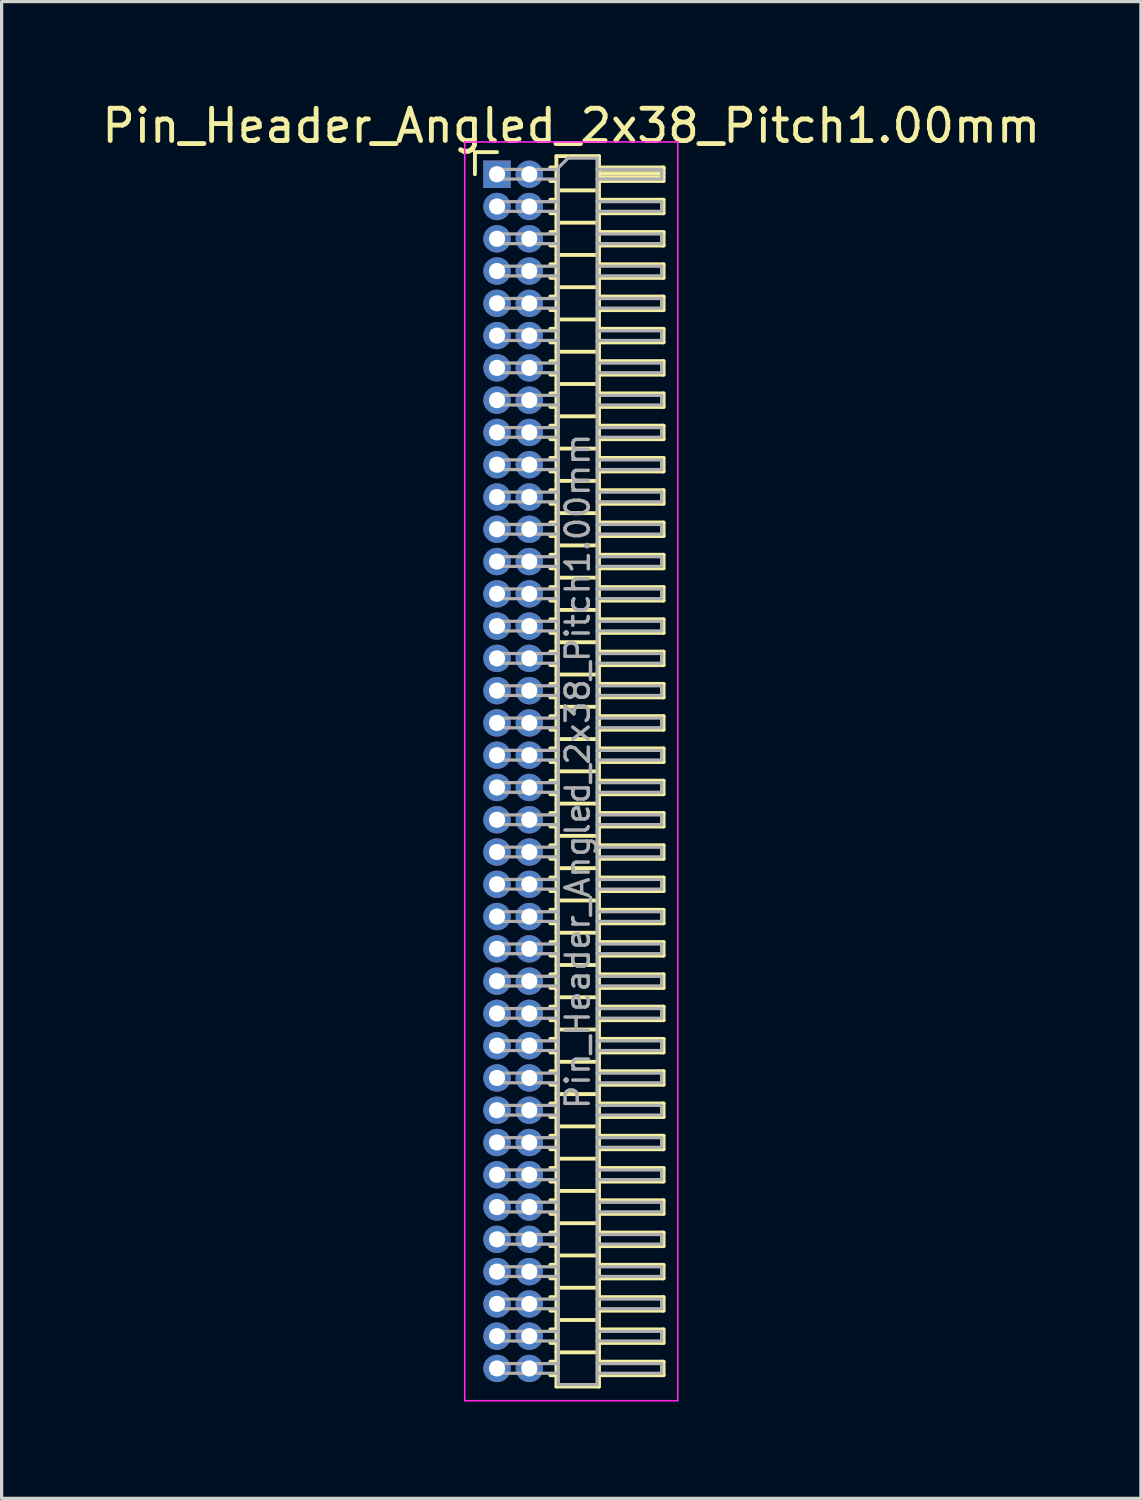
<source format=kicad_pcb>
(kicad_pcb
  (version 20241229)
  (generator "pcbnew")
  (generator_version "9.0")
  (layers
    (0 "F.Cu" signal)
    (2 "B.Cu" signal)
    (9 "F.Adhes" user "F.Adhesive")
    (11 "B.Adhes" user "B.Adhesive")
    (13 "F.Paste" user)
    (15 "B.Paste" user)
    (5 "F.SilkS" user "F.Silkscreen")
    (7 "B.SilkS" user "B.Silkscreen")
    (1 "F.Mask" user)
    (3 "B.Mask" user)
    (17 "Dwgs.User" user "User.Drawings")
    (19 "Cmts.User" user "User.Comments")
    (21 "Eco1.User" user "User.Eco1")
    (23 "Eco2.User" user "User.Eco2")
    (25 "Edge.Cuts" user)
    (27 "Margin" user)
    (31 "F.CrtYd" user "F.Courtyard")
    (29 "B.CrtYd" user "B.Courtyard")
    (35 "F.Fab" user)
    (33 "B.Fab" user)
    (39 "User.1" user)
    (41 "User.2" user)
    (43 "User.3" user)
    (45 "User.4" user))
  (footprint "Pin_Header_Angled_2x38_Pitch1.00mm"
    (layer "F.Cu")
    (at 12.349 2.348)
    (property "Reference" "Pin_Header_Angled_2x38_Pitch1.00mm" (at 2.3 -1.5 0) (layer "F.SilkS") (effects (font (size 1 1) (thickness 0.15))))
    (attr through_hole)
    (fp_line (start -0.685 -0.685) (end 0 -0.685) (stroke (width 0.12) (type solid)) (layer "F.SilkS"))
    (fp_line (start -0.685 0) (end -0.685 -0.685) (stroke (width 0.12) (type solid)) (layer "F.SilkS"))
    (fp_line (start 1.652 -0.21) (end 1.84 -0.21) (stroke (width 0.12) (type solid)) (layer "F.SilkS"))
    (fp_line (start 1.652 0.21) (end 1.84 0.21) (stroke (width 0.12) (type solid)) (layer "F.SilkS"))
    (fp_line (start 1.652 0.79) (end 1.84 0.79) (stroke (width 0.12) (type solid)) (layer "F.SilkS"))
    (fp_line (start 1.652 1.21) (end 1.84 1.21) (stroke (width 0.12) (type solid)) (layer "F.SilkS"))
    (fp_line (start 1.652 1.79) (end 1.84 1.79) (stroke (width 0.12) (type solid)) (layer "F.SilkS"))
    (fp_line (start 1.652 2.21) (end 1.84 2.21) (stroke (width 0.12) (type solid)) (layer "F.SilkS"))
    (fp_line (start 1.652 2.79) (end 1.84 2.79) (stroke (width 0.12) (type solid)) (layer "F.SilkS"))
    (fp_line (start 1.652 3.21) (end 1.84 3.21) (stroke (width 0.12) (type solid)) (layer "F.SilkS"))
    (fp_line (start 1.652 3.79) (end 1.84 3.79) (stroke (width 0.12) (type solid)) (layer "F.SilkS"))
    (fp_line (start 1.652 4.21) (end 1.84 4.21) (stroke (width 0.12) (type solid)) (layer "F.SilkS"))
    (fp_line (start 1.652 4.79) (end 1.84 4.79) (stroke (width 0.12) (type solid)) (layer "F.SilkS"))
    (fp_line (start 1.652 5.21) (end 1.84 5.21) (stroke (width 0.12) (type solid)) (layer "F.SilkS"))
    (fp_line (start 1.652 5.79) (end 1.84 5.79) (stroke (width 0.12) (type solid)) (layer "F.SilkS"))
    (fp_line (start 1.652 6.21) (end 1.84 6.21) (stroke (width 0.12) (type solid)) (layer "F.SilkS"))
    (fp_line (start 1.652 6.79) (end 1.84 6.79) (stroke (width 0.12) (type solid)) (layer "F.SilkS"))
    (fp_line (start 1.652 7.21) (end 1.84 7.21) (stroke (width 0.12) (type solid)) (layer "F.SilkS"))
    (fp_line (start 1.652 7.79) (end 1.84 7.79) (stroke (width 0.12) (type solid)) (layer "F.SilkS"))
    (fp_line (start 1.652 8.21) (end 1.84 8.21) (stroke (width 0.12) (type solid)) (layer "F.SilkS"))
    (fp_line (start 1.652 8.79) (end 1.84 8.79) (stroke (width 0.12) (type solid)) (layer "F.SilkS"))
    (fp_line (start 1.652 9.21) (end 1.84 9.21) (stroke (width 0.12) (type solid)) (layer "F.SilkS"))
    (fp_line (start 1.652 9.79) (end 1.84 9.79) (stroke (width 0.12) (type solid)) (layer "F.SilkS"))
    (fp_line (start 1.652 10.21) (end 1.84 10.21) (stroke (width 0.12) (type solid)) (layer "F.SilkS"))
    (fp_line (start 1.652 10.79) (end 1.84 10.79) (stroke (width 0.12) (type solid)) (layer "F.SilkS"))
    (fp_line (start 1.652 11.21) (end 1.84 11.21) (stroke (width 0.12) (type solid)) (layer "F.SilkS"))
    (fp_line (start 1.652 11.79) (end 1.84 11.79) (stroke (width 0.12) (type solid)) (layer "F.SilkS"))
    (fp_line (start 1.652 12.21) (end 1.84 12.21) (stroke (width 0.12) (type solid)) (layer "F.SilkS"))
    (fp_line (start 1.652 12.79) (end 1.84 12.79) (stroke (width 0.12) (type solid)) (layer "F.SilkS"))
    (fp_line (start 1.652 13.21) (end 1.84 13.21) (stroke (width 0.12) (type solid)) (layer "F.SilkS"))
    (fp_line (start 1.652 13.79) (end 1.84 13.79) (stroke (width 0.12) (type solid)) (layer "F.SilkS"))
    (fp_line (start 1.652 14.21) (end 1.84 14.21) (stroke (width 0.12) (type solid)) (layer "F.SilkS"))
    (fp_line (start 1.652 14.79) (end 1.84 14.79) (stroke (width 0.12) (type solid)) (layer "F.SilkS"))
    (fp_line (start 1.652 15.21) (end 1.84 15.21) (stroke (width 0.12) (type solid)) (layer "F.SilkS"))
    (fp_line (start 1.652 15.79) (end 1.84 15.79) (stroke (width 0.12) (type solid)) (layer "F.SilkS"))
    (fp_line (start 1.652 16.21) (end 1.84 16.21) (stroke (width 0.12) (type solid)) (layer "F.SilkS"))
    (fp_line (start 1.652 16.79) (end 1.84 16.79) (stroke (width 0.12) (type solid)) (layer "F.SilkS"))
    (fp_line (start 1.652 17.21) (end 1.84 17.21) (stroke (width 0.12) (type solid)) (layer "F.SilkS"))
    (fp_line (start 1.652 17.79) (end 1.84 17.79) (stroke (width 0.12) (type solid)) (layer "F.SilkS"))
    (fp_line (start 1.652 18.21) (end 1.84 18.21) (stroke (width 0.12) (type solid)) (layer "F.SilkS"))
    (fp_line (start 1.652 18.79) (end 1.84 18.79) (stroke (width 0.12) (type solid)) (layer "F.SilkS"))
    (fp_line (start 1.652 19.21) (end 1.84 19.21) (stroke (width 0.12) (type solid)) (layer "F.SilkS"))
    (fp_line (start 1.652 19.79) (end 1.84 19.79) (stroke (width 0.12) (type solid)) (layer "F.SilkS"))
    (fp_line (start 1.652 20.21) (end 1.84 20.21) (stroke (width 0.12) (type solid)) (layer "F.SilkS"))
    (fp_line (start 1.652 20.79) (end 1.84 20.79) (stroke (width 0.12) (type solid)) (layer "F.SilkS"))
    (fp_line (start 1.652 21.21) (end 1.84 21.21) (stroke (width 0.12) (type solid)) (layer "F.SilkS"))
    (fp_line (start 1.652 21.79) (end 1.84 21.79) (stroke (width 0.12) (type solid)) (layer "F.SilkS"))
    (fp_line (start 1.652 22.21) (end 1.84 22.21) (stroke (width 0.12) (type solid)) (layer "F.SilkS"))
    (fp_line (start 1.652 22.79) (end 1.84 22.79) (stroke (width 0.12) (type solid)) (layer "F.SilkS"))
    (fp_line (start 1.652 23.21) (end 1.84 23.21) (stroke (width 0.12) (type solid)) (layer "F.SilkS"))
    (fp_line (start 1.652 23.79) (end 1.84 23.79) (stroke (width 0.12) (type solid)) (layer "F.SilkS"))
    (fp_line (start 1.652 24.21) (end 1.84 24.21) (stroke (width 0.12) (type solid)) (layer "F.SilkS"))
    (fp_line (start 1.652 24.79) (end 1.84 24.79) (stroke (width 0.12) (type solid)) (layer "F.SilkS"))
    (fp_line (start 1.652 25.21) (end 1.84 25.21) (stroke (width 0.12) (type solid)) (layer "F.SilkS"))
    (fp_line (start 1.652 25.79) (end 1.84 25.79) (stroke (width 0.12) (type solid)) (layer "F.SilkS"))
    (fp_line (start 1.652 26.21) (end 1.84 26.21) (stroke (width 0.12) (type solid)) (layer "F.SilkS"))
    (fp_line (start 1.652 26.79) (end 1.84 26.79) (stroke (width 0.12) (type solid)) (layer "F.SilkS"))
    (fp_line (start 1.652 27.21) (end 1.84 27.21) (stroke (width 0.12) (type solid)) (layer "F.SilkS"))
    (fp_line (start 1.652 27.79) (end 1.84 27.79) (stroke (width 0.12) (type solid)) (layer "F.SilkS"))
    (fp_line (start 1.652 28.21) (end 1.84 28.21) (stroke (width 0.12) (type solid)) (layer "F.SilkS"))
    (fp_line (start 1.652 28.79) (end 1.84 28.79) (stroke (width 0.12) (type solid)) (layer "F.SilkS"))
    (fp_line (start 1.652 29.21) (end 1.84 29.21) (stroke (width 0.12) (type solid)) (layer "F.SilkS"))
    (fp_line (start 1.652 29.79) (end 1.84 29.79) (stroke (width 0.12) (type solid)) (layer "F.SilkS"))
    (fp_line (start 1.652 30.21) (end 1.84 30.21) (stroke (width 0.12) (type solid)) (layer "F.SilkS"))
    (fp_line (start 1.652 30.79) (end 1.84 30.79) (stroke (width 0.12) (type solid)) (layer "F.SilkS"))
    (fp_line (start 1.652 31.21) (end 1.84 31.21) (stroke (width 0.12) (type solid)) (layer "F.SilkS"))
    (fp_line (start 1.652 31.79) (end 1.84 31.79) (stroke (width 0.12) (type solid)) (layer "F.SilkS"))
    (fp_line (start 1.652 32.21) (end 1.84 32.21) (stroke (width 0.12) (type solid)) (layer "F.SilkS"))
    (fp_line (start 1.652 32.79) (end 1.84 32.79) (stroke (width 0.12) (type solid)) (layer "F.SilkS"))
    (fp_line (start 1.652 33.21) (end 1.84 33.21) (stroke (width 0.12) (type solid)) (layer "F.SilkS"))
    (fp_line (start 1.652 33.79) (end 1.84 33.79) (stroke (width 0.12) (type solid)) (layer "F.SilkS"))
    (fp_line (start 1.652 34.21) (end 1.84 34.21) (stroke (width 0.12) (type solid)) (layer "F.SilkS"))
    (fp_line (start 1.652 34.79) (end 1.84 34.79) (stroke (width 0.12) (type solid)) (layer "F.SilkS"))
    (fp_line (start 1.652 35.21) (end 1.84 35.21) (stroke (width 0.12) (type solid)) (layer "F.SilkS"))
    (fp_line (start 1.652 35.79) (end 1.84 35.79) (stroke (width 0.12) (type solid)) (layer "F.SilkS"))
    (fp_line (start 1.652 36.21) (end 1.84 36.21) (stroke (width 0.12) (type solid)) (layer "F.SilkS"))
    (fp_line (start 1.652 36.79) (end 1.84 36.79) (stroke (width 0.12) (type solid)) (layer "F.SilkS"))
    (fp_line (start 1.652 37.21) (end 1.84 37.21) (stroke (width 0.12) (type solid)) (layer "F.SilkS"))
    (fp_line (start 1.84 -0.56) (end 1.84 37.56) (stroke (width 0.12) (type solid)) (layer "F.SilkS"))
    (fp_line (start 1.84 0.5) (end 3.16 0.5) (stroke (width 0.12) (type solid)) (layer "F.SilkS"))
    (fp_line (start 1.84 1.5) (end 3.16 1.5) (stroke (width 0.12) (type solid)) (layer "F.SilkS"))
    (fp_line (start 1.84 2.5) (end 3.16 2.5) (stroke (width 0.12) (type solid)) (layer "F.SilkS"))
    (fp_line (start 1.84 3.5) (end 3.16 3.5) (stroke (width 0.12) (type solid)) (layer "F.SilkS"))
    (fp_line (start 1.84 4.5) (end 3.16 4.5) (stroke (width 0.12) (type solid)) (layer "F.SilkS"))
    (fp_line (start 1.84 5.5) (end 3.16 5.5) (stroke (width 0.12) (type solid)) (layer "F.SilkS"))
    (fp_line (start 1.84 6.5) (end 3.16 6.5) (stroke (width 0.12) (type solid)) (layer "F.SilkS"))
    (fp_line (start 1.84 7.5) (end 3.16 7.5) (stroke (width 0.12) (type solid)) (layer "F.SilkS"))
    (fp_line (start 1.84 8.5) (end 3.16 8.5) (stroke (width 0.12) (type solid)) (layer "F.SilkS"))
    (fp_line (start 1.84 9.5) (end 3.16 9.5) (stroke (width 0.12) (type solid)) (layer "F.SilkS"))
    (fp_line (start 1.84 10.5) (end 3.16 10.5) (stroke (width 0.12) (type solid)) (layer "F.SilkS"))
    (fp_line (start 1.84 11.5) (end 3.16 11.5) (stroke (width 0.12) (type solid)) (layer "F.SilkS"))
    (fp_line (start 1.84 12.5) (end 3.16 12.5) (stroke (width 0.12) (type solid)) (layer "F.SilkS"))
    (fp_line (start 1.84 13.5) (end 3.16 13.5) (stroke (width 0.12) (type solid)) (layer "F.SilkS"))
    (fp_line (start 1.84 14.5) (end 3.16 14.5) (stroke (width 0.12) (type solid)) (layer "F.SilkS"))
    (fp_line (start 1.84 15.5) (end 3.16 15.5) (stroke (width 0.12) (type solid)) (layer "F.SilkS"))
    (fp_line (start 1.84 16.5) (end 3.16 16.5) (stroke (width 0.12) (type solid)) (layer "F.SilkS"))
    (fp_line (start 1.84 17.5) (end 3.16 17.5) (stroke (width 0.12) (type solid)) (layer "F.SilkS"))
    (fp_line (start 1.84 18.5) (end 3.16 18.5) (stroke (width 0.12) (type solid)) (layer "F.SilkS"))
    (fp_line (start 1.84 19.5) (end 3.16 19.5) (stroke (width 0.12) (type solid)) (layer "F.SilkS"))
    (fp_line (start 1.84 20.5) (end 3.16 20.5) (stroke (width 0.12) (type solid)) (layer "F.SilkS"))
    (fp_line (start 1.84 21.5) (end 3.16 21.5) (stroke (width 0.12) (type solid)) (layer "F.SilkS"))
    (fp_line (start 1.84 22.5) (end 3.16 22.5) (stroke (width 0.12) (type solid)) (layer "F.SilkS"))
    (fp_line (start 1.84 23.5) (end 3.16 23.5) (stroke (width 0.12) (type solid)) (layer "F.SilkS"))
    (fp_line (start 1.84 24.5) (end 3.16 24.5) (stroke (width 0.12) (type solid)) (layer "F.SilkS"))
    (fp_line (start 1.84 25.5) (end 3.16 25.5) (stroke (width 0.12) (type solid)) (layer "F.SilkS"))
    (fp_line (start 1.84 26.5) (end 3.16 26.5) (stroke (width 0.12) (type solid)) (layer "F.SilkS"))
    (fp_line (start 1.84 27.5) (end 3.16 27.5) (stroke (width 0.12) (type solid)) (layer "F.SilkS"))
    (fp_line (start 1.84 28.5) (end 3.16 28.5) (stroke (width 0.12) (type solid)) (layer "F.SilkS"))
    (fp_line (start 1.84 29.5) (end 3.16 29.5) (stroke (width 0.12) (type solid)) (layer "F.SilkS"))
    (fp_line (start 1.84 30.5) (end 3.16 30.5) (stroke (width 0.12) (type solid)) (layer "F.SilkS"))
    (fp_line (start 1.84 31.5) (end 3.16 31.5) (stroke (width 0.12) (type solid)) (layer "F.SilkS"))
    (fp_line (start 1.84 32.5) (end 3.16 32.5) (stroke (width 0.12) (type solid)) (layer "F.SilkS"))
    (fp_line (start 1.84 33.5) (end 3.16 33.5) (stroke (width 0.12) (type solid)) (layer "F.SilkS"))
    (fp_line (start 1.84 34.5) (end 3.16 34.5) (stroke (width 0.12) (type solid)) (layer "F.SilkS"))
    (fp_line (start 1.84 35.5) (end 3.16 35.5) (stroke (width 0.12) (type solid)) (layer "F.SilkS"))
    (fp_line (start 1.84 36.5) (end 3.16 36.5) (stroke (width 0.12) (type solid)) (layer "F.SilkS"))
    (fp_line (start 1.84 37.56) (end 3.16 37.56) (stroke (width 0.12) (type solid)) (layer "F.SilkS"))
    (fp_line (start 3.16 -0.56) (end 1.84 -0.56) (stroke (width 0.12) (type solid)) (layer "F.SilkS"))
    (fp_line (start 3.16 -0.21) (end 5.16 -0.21) (stroke (width 0.12) (type solid)) (layer "F.SilkS"))
    (fp_line (start 3.16 -0.15) (end 5.16 -0.15) (stroke (width 0.12) (type solid)) (layer "F.SilkS"))
    (fp_line (start 3.16 -0.03) (end 5.16 -0.03) (stroke (width 0.12) (type solid)) (layer "F.SilkS"))
    (fp_line (start 3.16 0.09) (end 5.16 0.09) (stroke (width 0.12) (type solid)) (layer "F.SilkS"))
    (fp_line (start 3.16 0.79) (end 5.16 0.79) (stroke (width 0.12) (type solid)) (layer "F.SilkS"))
    (fp_line (start 3.16 1.79) (end 5.16 1.79) (stroke (width 0.12) (type solid)) (layer "F.SilkS"))
    (fp_line (start 3.16 2.79) (end 5.16 2.79) (stroke (width 0.12) (type solid)) (layer "F.SilkS"))
    (fp_line (start 3.16 3.79) (end 5.16 3.79) (stroke (width 0.12) (type solid)) (layer "F.SilkS"))
    (fp_line (start 3.16 4.79) (end 5.16 4.79) (stroke (width 0.12) (type solid)) (layer "F.SilkS"))
    (fp_line (start 3.16 5.79) (end 5.16 5.79) (stroke (width 0.12) (type solid)) (layer "F.SilkS"))
    (fp_line (start 3.16 6.79) (end 5.16 6.79) (stroke (width 0.12) (type solid)) (layer "F.SilkS"))
    (fp_line (start 3.16 7.79) (end 5.16 7.79) (stroke (width 0.12) (type solid)) (layer "F.SilkS"))
    (fp_line (start 3.16 8.79) (end 5.16 8.79) (stroke (width 0.12) (type solid)) (layer "F.SilkS"))
    (fp_line (start 3.16 9.79) (end 5.16 9.79) (stroke (width 0.12) (type solid)) (layer "F.SilkS"))
    (fp_line (start 3.16 10.79) (end 5.16 10.79) (stroke (width 0.12) (type solid)) (layer "F.SilkS"))
    (fp_line (start 3.16 11.79) (end 5.16 11.79) (stroke (width 0.12) (type solid)) (layer "F.SilkS"))
    (fp_line (start 3.16 12.79) (end 5.16 12.79) (stroke (width 0.12) (type solid)) (layer "F.SilkS"))
    (fp_line (start 3.16 13.79) (end 5.16 13.79) (stroke (width 0.12) (type solid)) (layer "F.SilkS"))
    (fp_line (start 3.16 14.79) (end 5.16 14.79) (stroke (width 0.12) (type solid)) (layer "F.SilkS"))
    (fp_line (start 3.16 15.79) (end 5.16 15.79) (stroke (width 0.12) (type solid)) (layer "F.SilkS"))
    (fp_line (start 3.16 16.79) (end 5.16 16.79) (stroke (width 0.12) (type solid)) (layer "F.SilkS"))
    (fp_line (start 3.16 17.79) (end 5.16 17.79) (stroke (width 0.12) (type solid)) (layer "F.SilkS"))
    (fp_line (start 3.16 18.79) (end 5.16 18.79) (stroke (width 0.12) (type solid)) (layer "F.SilkS"))
    (fp_line (start 3.16 19.79) (end 5.16 19.79) (stroke (width 0.12) (type solid)) (layer "F.SilkS"))
    (fp_line (start 3.16 20.79) (end 5.16 20.79) (stroke (width 0.12) (type solid)) (layer "F.SilkS"))
    (fp_line (start 3.16 21.79) (end 5.16 21.79) (stroke (width 0.12) (type solid)) (layer "F.SilkS"))
    (fp_line (start 3.16 22.79) (end 5.16 22.79) (stroke (width 0.12) (type solid)) (layer "F.SilkS"))
    (fp_line (start 3.16 23.79) (end 5.16 23.79) (stroke (width 0.12) (type solid)) (layer "F.SilkS"))
    (fp_line (start 3.16 24.79) (end 5.16 24.79) (stroke (width 0.12) (type solid)) (layer "F.SilkS"))
    (fp_line (start 3.16 25.79) (end 5.16 25.79) (stroke (width 0.12) (type solid)) (layer "F.SilkS"))
    (fp_line (start 3.16 26.79) (end 5.16 26.79) (stroke (width 0.12) (type solid)) (layer "F.SilkS"))
    (fp_line (start 3.16 27.79) (end 5.16 27.79) (stroke (width 0.12) (type solid)) (layer "F.SilkS"))
    (fp_line (start 3.16 28.79) (end 5.16 28.79) (stroke (width 0.12) (type solid)) (layer "F.SilkS"))
    (fp_line (start 3.16 29.79) (end 5.16 29.79) (stroke (width 0.12) (type solid)) (layer "F.SilkS"))
    (fp_line (start 3.16 30.79) (end 5.16 30.79) (stroke (width 0.12) (type solid)) (layer "F.SilkS"))
    (fp_line (start 3.16 31.79) (end 5.16 31.79) (stroke (width 0.12) (type solid)) (layer "F.SilkS"))
    (fp_line (start 3.16 32.79) (end 5.16 32.79) (stroke (width 0.12) (type solid)) (layer "F.SilkS"))
    (fp_line (start 3.16 33.79) (end 5.16 33.79) (stroke (width 0.12) (type solid)) (layer "F.SilkS"))
    (fp_line (start 3.16 34.79) (end 5.16 34.79) (stroke (width 0.12) (type solid)) (layer "F.SilkS"))
    (fp_line (start 3.16 35.79) (end 5.16 35.79) (stroke (width 0.12) (type solid)) (layer "F.SilkS"))
    (fp_line (start 3.16 36.79) (end 5.16 36.79) (stroke (width 0.12) (type solid)) (layer "F.SilkS"))
    (fp_line (start 3.16 37.56) (end 3.16 -0.56) (stroke (width 0.12) (type solid)) (layer "F.SilkS"))
    (fp_line (start 5.16 -0.21) (end 5.16 0.21) (stroke (width 0.12) (type solid)) (layer "F.SilkS"))
    (fp_line (start 5.16 0.21) (end 3.16 0.21) (stroke (width 0.12) (type solid)) (layer "F.SilkS"))
    (fp_line (start 5.16 0.79) (end 5.16 1.21) (stroke (width 0.12) (type solid)) (layer "F.SilkS"))
    (fp_line (start 5.16 1.21) (end 3.16 1.21) (stroke (width 0.12) (type solid)) (layer "F.SilkS"))
    (fp_line (start 5.16 1.79) (end 5.16 2.21) (stroke (width 0.12) (type solid)) (layer "F.SilkS"))
    (fp_line (start 5.16 2.21) (end 3.16 2.21) (stroke (width 0.12) (type solid)) (layer "F.SilkS"))
    (fp_line (start 5.16 2.79) (end 5.16 3.21) (stroke (width 0.12) (type solid)) (layer "F.SilkS"))
    (fp_line (start 5.16 3.21) (end 3.16 3.21) (stroke (width 0.12) (type solid)) (layer "F.SilkS"))
    (fp_line (start 5.16 3.79) (end 5.16 4.21) (stroke (width 0.12) (type solid)) (layer "F.SilkS"))
    (fp_line (start 5.16 4.21) (end 3.16 4.21) (stroke (width 0.12) (type solid)) (layer "F.SilkS"))
    (fp_line (start 5.16 4.79) (end 5.16 5.21) (stroke (width 0.12) (type solid)) (layer "F.SilkS"))
    (fp_line (start 5.16 5.21) (end 3.16 5.21) (stroke (width 0.12) (type solid)) (layer "F.SilkS"))
    (fp_line (start 5.16 5.79) (end 5.16 6.21) (stroke (width 0.12) (type solid)) (layer "F.SilkS"))
    (fp_line (start 5.16 6.21) (end 3.16 6.21) (stroke (width 0.12) (type solid)) (layer "F.SilkS"))
    (fp_line (start 5.16 6.79) (end 5.16 7.21) (stroke (width 0.12) (type solid)) (layer "F.SilkS"))
    (fp_line (start 5.16 7.21) (end 3.16 7.21) (stroke (width 0.12) (type solid)) (layer "F.SilkS"))
    (fp_line (start 5.16 7.79) (end 5.16 8.21) (stroke (width 0.12) (type solid)) (layer "F.SilkS"))
    (fp_line (start 5.16 8.21) (end 3.16 8.21) (stroke (width 0.12) (type solid)) (layer "F.SilkS"))
    (fp_line (start 5.16 8.79) (end 5.16 9.21) (stroke (width 0.12) (type solid)) (layer "F.SilkS"))
    (fp_line (start 5.16 9.21) (end 3.16 9.21) (stroke (width 0.12) (type solid)) (layer "F.SilkS"))
    (fp_line (start 5.16 9.79) (end 5.16 10.21) (stroke (width 0.12) (type solid)) (layer "F.SilkS"))
    (fp_line (start 5.16 10.21) (end 3.16 10.21) (stroke (width 0.12) (type solid)) (layer "F.SilkS"))
    (fp_line (start 5.16 10.79) (end 5.16 11.21) (stroke (width 0.12) (type solid)) (layer "F.SilkS"))
    (fp_line (start 5.16 11.21) (end 3.16 11.21) (stroke (width 0.12) (type solid)) (layer "F.SilkS"))
    (fp_line (start 5.16 11.79) (end 5.16 12.21) (stroke (width 0.12) (type solid)) (layer "F.SilkS"))
    (fp_line (start 5.16 12.21) (end 3.16 12.21) (stroke (width 0.12) (type solid)) (layer "F.SilkS"))
    (fp_line (start 5.16 12.79) (end 5.16 13.21) (stroke (width 0.12) (type solid)) (layer "F.SilkS"))
    (fp_line (start 5.16 13.21) (end 3.16 13.21) (stroke (width 0.12) (type solid)) (layer "F.SilkS"))
    (fp_line (start 5.16 13.79) (end 5.16 14.21) (stroke (width 0.12) (type solid)) (layer "F.SilkS"))
    (fp_line (start 5.16 14.21) (end 3.16 14.21) (stroke (width 0.12) (type solid)) (layer "F.SilkS"))
    (fp_line (start 5.16 14.79) (end 5.16 15.21) (stroke (width 0.12) (type solid)) (layer "F.SilkS"))
    (fp_line (start 5.16 15.21) (end 3.16 15.21) (stroke (width 0.12) (type solid)) (layer "F.SilkS"))
    (fp_line (start 5.16 15.79) (end 5.16 16.21) (stroke (width 0.12) (type solid)) (layer "F.SilkS"))
    (fp_line (start 5.16 16.21) (end 3.16 16.21) (stroke (width 0.12) (type solid)) (layer "F.SilkS"))
    (fp_line (start 5.16 16.79) (end 5.16 17.21) (stroke (width 0.12) (type solid)) (layer "F.SilkS"))
    (fp_line (start 5.16 17.21) (end 3.16 17.21) (stroke (width 0.12) (type solid)) (layer "F.SilkS"))
    (fp_line (start 5.16 17.79) (end 5.16 18.21) (stroke (width 0.12) (type solid)) (layer "F.SilkS"))
    (fp_line (start 5.16 18.21) (end 3.16 18.21) (stroke (width 0.12) (type solid)) (layer "F.SilkS"))
    (fp_line (start 5.16 18.79) (end 5.16 19.21) (stroke (width 0.12) (type solid)) (layer "F.SilkS"))
    (fp_line (start 5.16 19.21) (end 3.16 19.21) (stroke (width 0.12) (type solid)) (layer "F.SilkS"))
    (fp_line (start 5.16 19.79) (end 5.16 20.21) (stroke (width 0.12) (type solid)) (layer "F.SilkS"))
    (fp_line (start 5.16 20.21) (end 3.16 20.21) (stroke (width 0.12) (type solid)) (layer "F.SilkS"))
    (fp_line (start 5.16 20.79) (end 5.16 21.21) (stroke (width 0.12) (type solid)) (layer "F.SilkS"))
    (fp_line (start 5.16 21.21) (end 3.16 21.21) (stroke (width 0.12) (type solid)) (layer "F.SilkS"))
    (fp_line (start 5.16 21.79) (end 5.16 22.21) (stroke (width 0.12) (type solid)) (layer "F.SilkS"))
    (fp_line (start 5.16 22.21) (end 3.16 22.21) (stroke (width 0.12) (type solid)) (layer "F.SilkS"))
    (fp_line (start 5.16 22.79) (end 5.16 23.21) (stroke (width 0.12) (type solid)) (layer "F.SilkS"))
    (fp_line (start 5.16 23.21) (end 3.16 23.21) (stroke (width 0.12) (type solid)) (layer "F.SilkS"))
    (fp_line (start 5.16 23.79) (end 5.16 24.21) (stroke (width 0.12) (type solid)) (layer "F.SilkS"))
    (fp_line (start 5.16 24.21) (end 3.16 24.21) (stroke (width 0.12) (type solid)) (layer "F.SilkS"))
    (fp_line (start 5.16 24.79) (end 5.16 25.21) (stroke (width 0.12) (type solid)) (layer "F.SilkS"))
    (fp_line (start 5.16 25.21) (end 3.16 25.21) (stroke (width 0.12) (type solid)) (layer "F.SilkS"))
    (fp_line (start 5.16 25.79) (end 5.16 26.21) (stroke (width 0.12) (type solid)) (layer "F.SilkS"))
    (fp_line (start 5.16 26.21) (end 3.16 26.21) (stroke (width 0.12) (type solid)) (layer "F.SilkS"))
    (fp_line (start 5.16 26.79) (end 5.16 27.21) (stroke (width 0.12) (type solid)) (layer "F.SilkS"))
    (fp_line (start 5.16 27.21) (end 3.16 27.21) (stroke (width 0.12) (type solid)) (layer "F.SilkS"))
    (fp_line (start 5.16 27.79) (end 5.16 28.21) (stroke (width 0.12) (type solid)) (layer "F.SilkS"))
    (fp_line (start 5.16 28.21) (end 3.16 28.21) (stroke (width 0.12) (type solid)) (layer "F.SilkS"))
    (fp_line (start 5.16 28.79) (end 5.16 29.21) (stroke (width 0.12) (type solid)) (layer "F.SilkS"))
    (fp_line (start 5.16 29.21) (end 3.16 29.21) (stroke (width 0.12) (type solid)) (layer "F.SilkS"))
    (fp_line (start 5.16 29.79) (end 5.16 30.21) (stroke (width 0.12) (type solid)) (layer "F.SilkS"))
    (fp_line (start 5.16 30.21) (end 3.16 30.21) (stroke (width 0.12) (type solid)) (layer "F.SilkS"))
    (fp_line (start 5.16 30.79) (end 5.16 31.21) (stroke (width 0.12) (type solid)) (layer "F.SilkS"))
    (fp_line (start 5.16 31.21) (end 3.16 31.21) (stroke (width 0.12) (type solid)) (layer "F.SilkS"))
    (fp_line (start 5.16 31.79) (end 5.16 32.21) (stroke (width 0.12) (type solid)) (layer "F.SilkS"))
    (fp_line (start 5.16 32.21) (end 3.16 32.21) (stroke (width 0.12) (type solid)) (layer "F.SilkS"))
    (fp_line (start 5.16 32.79) (end 5.16 33.21) (stroke (width 0.12) (type solid)) (layer "F.SilkS"))
    (fp_line (start 5.16 33.21) (end 3.16 33.21) (stroke (width 0.12) (type solid)) (layer "F.SilkS"))
    (fp_line (start 5.16 33.79) (end 5.16 34.21) (stroke (width 0.12) (type solid)) (layer "F.SilkS"))
    (fp_line (start 5.16 34.21) (end 3.16 34.21) (stroke (width 0.12) (type solid)) (layer "F.SilkS"))
    (fp_line (start 5.16 34.79) (end 5.16 35.21) (stroke (width 0.12) (type solid)) (layer "F.SilkS"))
    (fp_line (start 5.16 35.21) (end 3.16 35.21) (stroke (width 0.12) (type solid)) (layer "F.SilkS"))
    (fp_line (start 5.16 35.79) (end 5.16 36.21) (stroke (width 0.12) (type solid)) (layer "F.SilkS"))
    (fp_line (start 5.16 36.21) (end 3.16 36.21) (stroke (width 0.12) (type solid)) (layer "F.SilkS"))
    (fp_line (start 5.16 36.79) (end 5.16 37.21) (stroke (width 0.12) (type solid)) (layer "F.SilkS"))
    (fp_line (start 5.16 37.21) (end 3.16 37.21) (stroke (width 0.12) (type solid)) (layer "F.SilkS"))
    (fp_line (start -1 -1) (end -1 38) (stroke (width 0.05) (type solid)) (layer "F.CrtYd"))
    (fp_line (start -1 38) (end 5.6 38) (stroke (width 0.05) (type solid)) (layer "F.CrtYd"))
    (fp_line (start 5.6 -1) (end -1 -1) (stroke (width 0.05) (type solid)) (layer "F.CrtYd"))
    (fp_line (start 5.6 38) (end 5.6 -1) (stroke (width 0.05) (type solid)) (layer "F.CrtYd"))
    (fp_line (start -0.15 -0.15) (end -0.15 0.15) (stroke (width 0.1) (type solid)) (layer "F.Fab"))
    (fp_line (start -0.15 -0.15) (end 1.9 -0.15) (stroke (width 0.1) (type solid)) (layer "F.Fab"))
    (fp_line (start -0.15 0.15) (end 1.9 0.15) (stroke (width 0.1) (type solid)) (layer "F.Fab"))
    (fp_line (start -0.15 0.85) (end -0.15 1.15) (stroke (width 0.1) (type solid)) (layer "F.Fab"))
    (fp_line (start -0.15 0.85) (end 1.9 0.85) (stroke (width 0.1) (type solid)) (layer "F.Fab"))
    (fp_line (start -0.15 1.15) (end 1.9 1.15) (stroke (width 0.1) (type solid)) (layer "F.Fab"))
    (fp_line (start -0.15 1.85) (end -0.15 2.15) (stroke (width 0.1) (type solid)) (layer "F.Fab"))
    (fp_line (start -0.15 1.85) (end 1.9 1.85) (stroke (width 0.1) (type solid)) (layer "F.Fab"))
    (fp_line (start -0.15 2.15) (end 1.9 2.15) (stroke (width 0.1) (type solid)) (layer "F.Fab"))
    (fp_line (start -0.15 2.85) (end -0.15 3.15) (stroke (width 0.1) (type solid)) (layer "F.Fab"))
    (fp_line (start -0.15 2.85) (end 1.9 2.85) (stroke (width 0.1) (type solid)) (layer "F.Fab"))
    (fp_line (start -0.15 3.15) (end 1.9 3.15) (stroke (width 0.1) (type solid)) (layer "F.Fab"))
    (fp_line (start -0.15 3.85) (end -0.15 4.15) (stroke (width 0.1) (type solid)) (layer "F.Fab"))
    (fp_line (start -0.15 3.85) (end 1.9 3.85) (stroke (width 0.1) (type solid)) (layer "F.Fab"))
    (fp_line (start -0.15 4.15) (end 1.9 4.15) (stroke (width 0.1) (type solid)) (layer "F.Fab"))
    (fp_line (start -0.15 4.85) (end -0.15 5.15) (stroke (width 0.1) (type solid)) (layer "F.Fab"))
    (fp_line (start -0.15 4.85) (end 1.9 4.85) (stroke (width 0.1) (type solid)) (layer "F.Fab"))
    (fp_line (start -0.15 5.15) (end 1.9 5.15) (stroke (width 0.1) (type solid)) (layer "F.Fab"))
    (fp_line (start -0.15 5.85) (end -0.15 6.15) (stroke (width 0.1) (type solid)) (layer "F.Fab"))
    (fp_line (start -0.15 5.85) (end 1.9 5.85) (stroke (width 0.1) (type solid)) (layer "F.Fab"))
    (fp_line (start -0.15 6.15) (end 1.9 6.15) (stroke (width 0.1) (type solid)) (layer "F.Fab"))
    (fp_line (start -0.15 6.85) (end -0.15 7.15) (stroke (width 0.1) (type solid)) (layer "F.Fab"))
    (fp_line (start -0.15 6.85) (end 1.9 6.85) (stroke (width 0.1) (type solid)) (layer "F.Fab"))
    (fp_line (start -0.15 7.15) (end 1.9 7.15) (stroke (width 0.1) (type solid)) (layer "F.Fab"))
    (fp_line (start -0.15 7.85) (end -0.15 8.15) (stroke (width 0.1) (type solid)) (layer "F.Fab"))
    (fp_line (start -0.15 7.85) (end 1.9 7.85) (stroke (width 0.1) (type solid)) (layer "F.Fab"))
    (fp_line (start -0.15 8.15) (end 1.9 8.15) (stroke (width 0.1) (type solid)) (layer "F.Fab"))
    (fp_line (start -0.15 8.85) (end -0.15 9.15) (stroke (width 0.1) (type solid)) (layer "F.Fab"))
    (fp_line (start -0.15 8.85) (end 1.9 8.85) (stroke (width 0.1) (type solid)) (layer "F.Fab"))
    (fp_line (start -0.15 9.15) (end 1.9 9.15) (stroke (width 0.1) (type solid)) (layer "F.Fab"))
    (fp_line (start -0.15 9.85) (end -0.15 10.15) (stroke (width 0.1) (type solid)) (layer "F.Fab"))
    (fp_line (start -0.15 9.85) (end 1.9 9.85) (stroke (width 0.1) (type solid)) (layer "F.Fab"))
    (fp_line (start -0.15 10.15) (end 1.9 10.15) (stroke (width 0.1) (type solid)) (layer "F.Fab"))
    (fp_line (start -0.15 10.85) (end -0.15 11.15) (stroke (width 0.1) (type solid)) (layer "F.Fab"))
    (fp_line (start -0.15 10.85) (end 1.9 10.85) (stroke (width 0.1) (type solid)) (layer "F.Fab"))
    (fp_line (start -0.15 11.15) (end 1.9 11.15) (stroke (width 0.1) (type solid)) (layer "F.Fab"))
    (fp_line (start -0.15 11.85) (end -0.15 12.15) (stroke (width 0.1) (type solid)) (layer "F.Fab"))
    (fp_line (start -0.15 11.85) (end 1.9 11.85) (stroke (width 0.1) (type solid)) (layer "F.Fab"))
    (fp_line (start -0.15 12.15) (end 1.9 12.15) (stroke (width 0.1) (type solid)) (layer "F.Fab"))
    (fp_line (start -0.15 12.85) (end -0.15 13.15) (stroke (width 0.1) (type solid)) (layer "F.Fab"))
    (fp_line (start -0.15 12.85) (end 1.9 12.85) (stroke (width 0.1) (type solid)) (layer "F.Fab"))
    (fp_line (start -0.15 13.15) (end 1.9 13.15) (stroke (width 0.1) (type solid)) (layer "F.Fab"))
    (fp_line (start -0.15 13.85) (end -0.15 14.15) (stroke (width 0.1) (type solid)) (layer "F.Fab"))
    (fp_line (start -0.15 13.85) (end 1.9 13.85) (stroke (width 0.1) (type solid)) (layer "F.Fab"))
    (fp_line (start -0.15 14.15) (end 1.9 14.15) (stroke (width 0.1) (type solid)) (layer "F.Fab"))
    (fp_line (start -0.15 14.85) (end -0.15 15.15) (stroke (width 0.1) (type solid)) (layer "F.Fab"))
    (fp_line (start -0.15 14.85) (end 1.9 14.85) (stroke (width 0.1) (type solid)) (layer "F.Fab"))
    (fp_line (start -0.15 15.15) (end 1.9 15.15) (stroke (width 0.1) (type solid)) (layer "F.Fab"))
    (fp_line (start -0.15 15.85) (end -0.15 16.15) (stroke (width 0.1) (type solid)) (layer "F.Fab"))
    (fp_line (start -0.15 15.85) (end 1.9 15.85) (stroke (width 0.1) (type solid)) (layer "F.Fab"))
    (fp_line (start -0.15 16.15) (end 1.9 16.15) (stroke (width 0.1) (type solid)) (layer "F.Fab"))
    (fp_line (start -0.15 16.85) (end -0.15 17.15) (stroke (width 0.1) (type solid)) (layer "F.Fab"))
    (fp_line (start -0.15 16.85) (end 1.9 16.85) (stroke (width 0.1) (type solid)) (layer "F.Fab"))
    (fp_line (start -0.15 17.15) (end 1.9 17.15) (stroke (width 0.1) (type solid)) (layer "F.Fab"))
    (fp_line (start -0.15 17.85) (end -0.15 18.15) (stroke (width 0.1) (type solid)) (layer "F.Fab"))
    (fp_line (start -0.15 17.85) (end 1.9 17.85) (stroke (width 0.1) (type solid)) (layer "F.Fab"))
    (fp_line (start -0.15 18.15) (end 1.9 18.15) (stroke (width 0.1) (type solid)) (layer "F.Fab"))
    (fp_line (start -0.15 18.85) (end -0.15 19.15) (stroke (width 0.1) (type solid)) (layer "F.Fab"))
    (fp_line (start -0.15 18.85) (end 1.9 18.85) (stroke (width 0.1) (type solid)) (layer "F.Fab"))
    (fp_line (start -0.15 19.15) (end 1.9 19.15) (stroke (width 0.1) (type solid)) (layer "F.Fab"))
    (fp_line (start -0.15 19.85) (end -0.15 20.15) (stroke (width 0.1) (type solid)) (layer "F.Fab"))
    (fp_line (start -0.15 19.85) (end 1.9 19.85) (stroke (width 0.1) (type solid)) (layer "F.Fab"))
    (fp_line (start -0.15 20.15) (end 1.9 20.15) (stroke (width 0.1) (type solid)) (layer "F.Fab"))
    (fp_line (start -0.15 20.85) (end -0.15 21.15) (stroke (width 0.1) (type solid)) (layer "F.Fab"))
    (fp_line (start -0.15 20.85) (end 1.9 20.85) (stroke (width 0.1) (type solid)) (layer "F.Fab"))
    (fp_line (start -0.15 21.15) (end 1.9 21.15) (stroke (width 0.1) (type solid)) (layer "F.Fab"))
    (fp_line (start -0.15 21.85) (end -0.15 22.15) (stroke (width 0.1) (type solid)) (layer "F.Fab"))
    (fp_line (start -0.15 21.85) (end 1.9 21.85) (stroke (width 0.1) (type solid)) (layer "F.Fab"))
    (fp_line (start -0.15 22.15) (end 1.9 22.15) (stroke (width 0.1) (type solid)) (layer "F.Fab"))
    (fp_line (start -0.15 22.85) (end -0.15 23.15) (stroke (width 0.1) (type solid)) (layer "F.Fab"))
    (fp_line (start -0.15 22.85) (end 1.9 22.85) (stroke (width 0.1) (type solid)) (layer "F.Fab"))
    (fp_line (start -0.15 23.15) (end 1.9 23.15) (stroke (width 0.1) (type solid)) (layer "F.Fab"))
    (fp_line (start -0.15 23.85) (end -0.15 24.15) (stroke (width 0.1) (type solid)) (layer "F.Fab"))
    (fp_line (start -0.15 23.85) (end 1.9 23.85) (stroke (width 0.1) (type solid)) (layer "F.Fab"))
    (fp_line (start -0.15 24.15) (end 1.9 24.15) (stroke (width 0.1) (type solid)) (layer "F.Fab"))
    (fp_line (start -0.15 24.85) (end -0.15 25.15) (stroke (width 0.1) (type solid)) (layer "F.Fab"))
    (fp_line (start -0.15 24.85) (end 1.9 24.85) (stroke (width 0.1) (type solid)) (layer "F.Fab"))
    (fp_line (start -0.15 25.15) (end 1.9 25.15) (stroke (width 0.1) (type solid)) (layer "F.Fab"))
    (fp_line (start -0.15 25.85) (end -0.15 26.15) (stroke (width 0.1) (type solid)) (layer "F.Fab"))
    (fp_line (start -0.15 25.85) (end 1.9 25.85) (stroke (width 0.1) (type solid)) (layer "F.Fab"))
    (fp_line (start -0.15 26.15) (end 1.9 26.15) (stroke (width 0.1) (type solid)) (layer "F.Fab"))
    (fp_line (start -0.15 26.85) (end -0.15 27.15) (stroke (width 0.1) (type solid)) (layer "F.Fab"))
    (fp_line (start -0.15 26.85) (end 1.9 26.85) (stroke (width 0.1) (type solid)) (layer "F.Fab"))
    (fp_line (start -0.15 27.15) (end 1.9 27.15) (stroke (width 0.1) (type solid)) (layer "F.Fab"))
    (fp_line (start -0.15 27.85) (end -0.15 28.15) (stroke (width 0.1) (type solid)) (layer "F.Fab"))
    (fp_line (start -0.15 27.85) (end 1.9 27.85) (stroke (width 0.1) (type solid)) (layer "F.Fab"))
    (fp_line (start -0.15 28.15) (end 1.9 28.15) (stroke (width 0.1) (type solid)) (layer "F.Fab"))
    (fp_line (start -0.15 28.85) (end -0.15 29.15) (stroke (width 0.1) (type solid)) (layer "F.Fab"))
    (fp_line (start -0.15 28.85) (end 1.9 28.85) (stroke (width 0.1) (type solid)) (layer "F.Fab"))
    (fp_line (start -0.15 29.15) (end 1.9 29.15) (stroke (width 0.1) (type solid)) (layer "F.Fab"))
    (fp_line (start -0.15 29.85) (end -0.15 30.15) (stroke (width 0.1) (type solid)) (layer "F.Fab"))
    (fp_line (start -0.15 29.85) (end 1.9 29.85) (stroke (width 0.1) (type solid)) (layer "F.Fab"))
    (fp_line (start -0.15 30.15) (end 1.9 30.15) (stroke (width 0.1) (type solid)) (layer "F.Fab"))
    (fp_line (start -0.15 30.85) (end -0.15 31.15) (stroke (width 0.1) (type solid)) (layer "F.Fab"))
    (fp_line (start -0.15 30.85) (end 1.9 30.85) (stroke (width 0.1) (type solid)) (layer "F.Fab"))
    (fp_line (start -0.15 31.15) (end 1.9 31.15) (stroke (width 0.1) (type solid)) (layer "F.Fab"))
    (fp_line (start -0.15 31.85) (end -0.15 32.15) (stroke (width 0.1) (type solid)) (layer "F.Fab"))
    (fp_line (start -0.15 31.85) (end 1.9 31.85) (stroke (width 0.1) (type solid)) (layer "F.Fab"))
    (fp_line (start -0.15 32.15) (end 1.9 32.15) (stroke (width 0.1) (type solid)) (layer "F.Fab"))
    (fp_line (start -0.15 32.85) (end -0.15 33.15) (stroke (width 0.1) (type solid)) (layer "F.Fab"))
    (fp_line (start -0.15 32.85) (end 1.9 32.85) (stroke (width 0.1) (type solid)) (layer "F.Fab"))
    (fp_line (start -0.15 33.15) (end 1.9 33.15) (stroke (width 0.1) (type solid)) (layer "F.Fab"))
    (fp_line (start -0.15 33.85) (end -0.15 34.15) (stroke (width 0.1) (type solid)) (layer "F.Fab"))
    (fp_line (start -0.15 33.85) (end 1.9 33.85) (stroke (width 0.1) (type solid)) (layer "F.Fab"))
    (fp_line (start -0.15 34.15) (end 1.9 34.15) (stroke (width 0.1) (type solid)) (layer "F.Fab"))
    (fp_line (start -0.15 34.85) (end -0.15 35.15) (stroke (width 0.1) (type solid)) (layer "F.Fab"))
    (fp_line (start -0.15 34.85) (end 1.9 34.85) (stroke (width 0.1) (type solid)) (layer "F.Fab"))
    (fp_line (start -0.15 35.15) (end 1.9 35.15) (stroke (width 0.1) (type solid)) (layer "F.Fab"))
    (fp_line (start -0.15 35.85) (end -0.15 36.15) (stroke (width 0.1) (type solid)) (layer "F.Fab"))
    (fp_line (start -0.15 35.85) (end 1.9 35.85) (stroke (width 0.1) (type solid)) (layer "F.Fab"))
    (fp_line (start -0.15 36.15) (end 1.9 36.15) (stroke (width 0.1) (type solid)) (layer "F.Fab"))
    (fp_line (start -0.15 36.85) (end -0.15 37.15) (stroke (width 0.1) (type solid)) (layer "F.Fab"))
    (fp_line (start -0.15 36.85) (end 1.9 36.85) (stroke (width 0.1) (type solid)) (layer "F.Fab"))
    (fp_line (start -0.15 37.15) (end 1.9 37.15) (stroke (width 0.1) (type solid)) (layer "F.Fab"))
    (fp_line (start 1.9 -0.2) (end 2.2 -0.5) (stroke (width 0.1) (type solid)) (layer "F.Fab"))
    (fp_line (start 1.9 37.5) (end 1.9 -0.2) (stroke (width 0.1) (type solid)) (layer "F.Fab"))
    (fp_line (start 2.2 -0.5) (end 3.1 -0.5) (stroke (width 0.1) (type solid)) (layer "F.Fab"))
    (fp_line (start 3.1 -0.5) (end 3.1 37.5) (stroke (width 0.1) (type solid)) (layer "F.Fab"))
    (fp_line (start 3.1 -0.15) (end 5.1 -0.15) (stroke (width 0.1) (type solid)) (layer "F.Fab"))
    (fp_line (start 3.1 0.15) (end 5.1 0.15) (stroke (width 0.1) (type solid)) (layer "F.Fab"))
    (fp_line (start 3.1 0.85) (end 5.1 0.85) (stroke (width 0.1) (type solid)) (layer "F.Fab"))
    (fp_line (start 3.1 1.15) (end 5.1 1.15) (stroke (width 0.1) (type solid)) (layer "F.Fab"))
    (fp_line (start 3.1 1.85) (end 5.1 1.85) (stroke (width 0.1) (type solid)) (layer "F.Fab"))
    (fp_line (start 3.1 2.15) (end 5.1 2.15) (stroke (width 0.1) (type solid)) (layer "F.Fab"))
    (fp_line (start 3.1 2.85) (end 5.1 2.85) (stroke (width 0.1) (type solid)) (layer "F.Fab"))
    (fp_line (start 3.1 3.15) (end 5.1 3.15) (stroke (width 0.1) (type solid)) (layer "F.Fab"))
    (fp_line (start 3.1 3.85) (end 5.1 3.85) (stroke (width 0.1) (type solid)) (layer "F.Fab"))
    (fp_line (start 3.1 4.15) (end 5.1 4.15) (stroke (width 0.1) (type solid)) (layer "F.Fab"))
    (fp_line (start 3.1 4.85) (end 5.1 4.85) (stroke (width 0.1) (type solid)) (layer "F.Fab"))
    (fp_line (start 3.1 5.15) (end 5.1 5.15) (stroke (width 0.1) (type solid)) (layer "F.Fab"))
    (fp_line (start 3.1 5.85) (end 5.1 5.85) (stroke (width 0.1) (type solid)) (layer "F.Fab"))
    (fp_line (start 3.1 6.15) (end 5.1 6.15) (stroke (width 0.1) (type solid)) (layer "F.Fab"))
    (fp_line (start 3.1 6.85) (end 5.1 6.85) (stroke (width 0.1) (type solid)) (layer "F.Fab"))
    (fp_line (start 3.1 7.15) (end 5.1 7.15) (stroke (width 0.1) (type solid)) (layer "F.Fab"))
    (fp_line (start 3.1 7.85) (end 5.1 7.85) (stroke (width 0.1) (type solid)) (layer "F.Fab"))
    (fp_line (start 3.1 8.15) (end 5.1 8.15) (stroke (width 0.1) (type solid)) (layer "F.Fab"))
    (fp_line (start 3.1 8.85) (end 5.1 8.85) (stroke (width 0.1) (type solid)) (layer "F.Fab"))
    (fp_line (start 3.1 9.15) (end 5.1 9.15) (stroke (width 0.1) (type solid)) (layer "F.Fab"))
    (fp_line (start 3.1 9.85) (end 5.1 9.85) (stroke (width 0.1) (type solid)) (layer "F.Fab"))
    (fp_line (start 3.1 10.15) (end 5.1 10.15) (stroke (width 0.1) (type solid)) (layer "F.Fab"))
    (fp_line (start 3.1 10.85) (end 5.1 10.85) (stroke (width 0.1) (type solid)) (layer "F.Fab"))
    (fp_line (start 3.1 11.15) (end 5.1 11.15) (stroke (width 0.1) (type solid)) (layer "F.Fab"))
    (fp_line (start 3.1 11.85) (end 5.1 11.85) (stroke (width 0.1) (type solid)) (layer "F.Fab"))
    (fp_line (start 3.1 12.15) (end 5.1 12.15) (stroke (width 0.1) (type solid)) (layer "F.Fab"))
    (fp_line (start 3.1 12.85) (end 5.1 12.85) (stroke (width 0.1) (type solid)) (layer "F.Fab"))
    (fp_line (start 3.1 13.15) (end 5.1 13.15) (stroke (width 0.1) (type solid)) (layer "F.Fab"))
    (fp_line (start 3.1 13.85) (end 5.1 13.85) (stroke (width 0.1) (type solid)) (layer "F.Fab"))
    (fp_line (start 3.1 14.15) (end 5.1 14.15) (stroke (width 0.1) (type solid)) (layer "F.Fab"))
    (fp_line (start 3.1 14.85) (end 5.1 14.85) (stroke (width 0.1) (type solid)) (layer "F.Fab"))
    (fp_line (start 3.1 15.15) (end 5.1 15.15) (stroke (width 0.1) (type solid)) (layer "F.Fab"))
    (fp_line (start 3.1 15.85) (end 5.1 15.85) (stroke (width 0.1) (type solid)) (layer "F.Fab"))
    (fp_line (start 3.1 16.15) (end 5.1 16.15) (stroke (width 0.1) (type solid)) (layer "F.Fab"))
    (fp_line (start 3.1 16.85) (end 5.1 16.85) (stroke (width 0.1) (type solid)) (layer "F.Fab"))
    (fp_line (start 3.1 17.15) (end 5.1 17.15) (stroke (width 0.1) (type solid)) (layer "F.Fab"))
    (fp_line (start 3.1 17.85) (end 5.1 17.85) (stroke (width 0.1) (type solid)) (layer "F.Fab"))
    (fp_line (start 3.1 18.15) (end 5.1 18.15) (stroke (width 0.1) (type solid)) (layer "F.Fab"))
    (fp_line (start 3.1 18.85) (end 5.1 18.85) (stroke (width 0.1) (type solid)) (layer "F.Fab"))
    (fp_line (start 3.1 19.15) (end 5.1 19.15) (stroke (width 0.1) (type solid)) (layer "F.Fab"))
    (fp_line (start 3.1 19.85) (end 5.1 19.85) (stroke (width 0.1) (type solid)) (layer "F.Fab"))
    (fp_line (start 3.1 20.15) (end 5.1 20.15) (stroke (width 0.1) (type solid)) (layer "F.Fab"))
    (fp_line (start 3.1 20.85) (end 5.1 20.85) (stroke (width 0.1) (type solid)) (layer "F.Fab"))
    (fp_line (start 3.1 21.15) (end 5.1 21.15) (stroke (width 0.1) (type solid)) (layer "F.Fab"))
    (fp_line (start 3.1 21.85) (end 5.1 21.85) (stroke (width 0.1) (type solid)) (layer "F.Fab"))
    (fp_line (start 3.1 22.15) (end 5.1 22.15) (stroke (width 0.1) (type solid)) (layer "F.Fab"))
    (fp_line (start 3.1 22.85) (end 5.1 22.85) (stroke (width 0.1) (type solid)) (layer "F.Fab"))
    (fp_line (start 3.1 23.15) (end 5.1 23.15) (stroke (width 0.1) (type solid)) (layer "F.Fab"))
    (fp_line (start 3.1 23.85) (end 5.1 23.85) (stroke (width 0.1) (type solid)) (layer "F.Fab"))
    (fp_line (start 3.1 24.15) (end 5.1 24.15) (stroke (width 0.1) (type solid)) (layer "F.Fab"))
    (fp_line (start 3.1 24.85) (end 5.1 24.85) (stroke (width 0.1) (type solid)) (layer "F.Fab"))
    (fp_line (start 3.1 25.15) (end 5.1 25.15) (stroke (width 0.1) (type solid)) (layer "F.Fab"))
    (fp_line (start 3.1 25.85) (end 5.1 25.85) (stroke (width 0.1) (type solid)) (layer "F.Fab"))
    (fp_line (start 3.1 26.15) (end 5.1 26.15) (stroke (width 0.1) (type solid)) (layer "F.Fab"))
    (fp_line (start 3.1 26.85) (end 5.1 26.85) (stroke (width 0.1) (type solid)) (layer "F.Fab"))
    (fp_line (start 3.1 27.15) (end 5.1 27.15) (stroke (width 0.1) (type solid)) (layer "F.Fab"))
    (fp_line (start 3.1 27.85) (end 5.1 27.85) (stroke (width 0.1) (type solid)) (layer "F.Fab"))
    (fp_line (start 3.1 28.15) (end 5.1 28.15) (stroke (width 0.1) (type solid)) (layer "F.Fab"))
    (fp_line (start 3.1 28.85) (end 5.1 28.85) (stroke (width 0.1) (type solid)) (layer "F.Fab"))
    (fp_line (start 3.1 29.15) (end 5.1 29.15) (stroke (width 0.1) (type solid)) (layer "F.Fab"))
    (fp_line (start 3.1 29.85) (end 5.1 29.85) (stroke (width 0.1) (type solid)) (layer "F.Fab"))
    (fp_line (start 3.1 30.15) (end 5.1 30.15) (stroke (width 0.1) (type solid)) (layer "F.Fab"))
    (fp_line (start 3.1 30.85) (end 5.1 30.85) (stroke (width 0.1) (type solid)) (layer "F.Fab"))
    (fp_line (start 3.1 31.15) (end 5.1 31.15) (stroke (width 0.1) (type solid)) (layer "F.Fab"))
    (fp_line (start 3.1 31.85) (end 5.1 31.85) (stroke (width 0.1) (type solid)) (layer "F.Fab"))
    (fp_line (start 3.1 32.15) (end 5.1 32.15) (stroke (width 0.1) (type solid)) (layer "F.Fab"))
    (fp_line (start 3.1 32.85) (end 5.1 32.85) (stroke (width 0.1) (type solid)) (layer "F.Fab"))
    (fp_line (start 3.1 33.15) (end 5.1 33.15) (stroke (width 0.1) (type solid)) (layer "F.Fab"))
    (fp_line (start 3.1 33.85) (end 5.1 33.85) (stroke (width 0.1) (type solid)) (layer "F.Fab"))
    (fp_line (start 3.1 34.15) (end 5.1 34.15) (stroke (width 0.1) (type solid)) (layer "F.Fab"))
    (fp_line (start 3.1 34.85) (end 5.1 34.85) (stroke (width 0.1) (type solid)) (layer "F.Fab"))
    (fp_line (start 3.1 35.15) (end 5.1 35.15) (stroke (width 0.1) (type solid)) (layer "F.Fab"))
    (fp_line (start 3.1 35.85) (end 5.1 35.85) (stroke (width 0.1) (type solid)) (layer "F.Fab"))
    (fp_line (start 3.1 36.15) (end 5.1 36.15) (stroke (width 0.1) (type solid)) (layer "F.Fab"))
    (fp_line (start 3.1 36.85) (end 5.1 36.85) (stroke (width 0.1) (type solid)) (layer "F.Fab"))
    (fp_line (start 3.1 37.15) (end 5.1 37.15) (stroke (width 0.1) (type solid)) (layer "F.Fab"))
    (fp_line (start 3.1 37.5) (end 1.9 37.5) (stroke (width 0.1) (type solid)) (layer "F.Fab"))
    (fp_line (start 5.1 -0.15) (end 5.1 0.15) (stroke (width 0.1) (type solid)) (layer "F.Fab"))
    (fp_line (start 5.1 0.85) (end 5.1 1.15) (stroke (width 0.1) (type solid)) (layer "F.Fab"))
    (fp_line (start 5.1 1.85) (end 5.1 2.15) (stroke (width 0.1) (type solid)) (layer "F.Fab"))
    (fp_line (start 5.1 2.85) (end 5.1 3.15) (stroke (width 0.1) (type solid)) (layer "F.Fab"))
    (fp_line (start 5.1 3.85) (end 5.1 4.15) (stroke (width 0.1) (type solid)) (layer "F.Fab"))
    (fp_line (start 5.1 4.85) (end 5.1 5.15) (stroke (width 0.1) (type solid)) (layer "F.Fab"))
    (fp_line (start 5.1 5.85) (end 5.1 6.15) (stroke (width 0.1) (type solid)) (layer "F.Fab"))
    (fp_line (start 5.1 6.85) (end 5.1 7.15) (stroke (width 0.1) (type solid)) (layer "F.Fab"))
    (fp_line (start 5.1 7.85) (end 5.1 8.15) (stroke (width 0.1) (type solid)) (layer "F.Fab"))
    (fp_line (start 5.1 8.85) (end 5.1 9.15) (stroke (width 0.1) (type solid)) (layer "F.Fab"))
    (fp_line (start 5.1 9.85) (end 5.1 10.15) (stroke (width 0.1) (type solid)) (layer "F.Fab"))
    (fp_line (start 5.1 10.85) (end 5.1 11.15) (stroke (width 0.1) (type solid)) (layer "F.Fab"))
    (fp_line (start 5.1 11.85) (end 5.1 12.15) (stroke (width 0.1) (type solid)) (layer "F.Fab"))
    (fp_line (start 5.1 12.85) (end 5.1 13.15) (stroke (width 0.1) (type solid)) (layer "F.Fab"))
    (fp_line (start 5.1 13.85) (end 5.1 14.15) (stroke (width 0.1) (type solid)) (layer "F.Fab"))
    (fp_line (start 5.1 14.85) (end 5.1 15.15) (stroke (width 0.1) (type solid)) (layer "F.Fab"))
    (fp_line (start 5.1 15.85) (end 5.1 16.15) (stroke (width 0.1) (type solid)) (layer "F.Fab"))
    (fp_line (start 5.1 16.85) (end 5.1 17.15) (stroke (width 0.1) (type solid)) (layer "F.Fab"))
    (fp_line (start 5.1 17.85) (end 5.1 18.15) (stroke (width 0.1) (type solid)) (layer "F.Fab"))
    (fp_line (start 5.1 18.85) (end 5.1 19.15) (stroke (width 0.1) (type solid)) (layer "F.Fab"))
    (fp_line (start 5.1 19.85) (end 5.1 20.15) (stroke (width 0.1) (type solid)) (layer "F.Fab"))
    (fp_line (start 5.1 20.85) (end 5.1 21.15) (stroke (width 0.1) (type solid)) (layer "F.Fab"))
    (fp_line (start 5.1 21.85) (end 5.1 22.15) (stroke (width 0.1) (type solid)) (layer "F.Fab"))
    (fp_line (start 5.1 22.85) (end 5.1 23.15) (stroke (width 0.1) (type solid)) (layer "F.Fab"))
    (fp_line (start 5.1 23.85) (end 5.1 24.15) (stroke (width 0.1) (type solid)) (layer "F.Fab"))
    (fp_line (start 5.1 24.85) (end 5.1 25.15) (stroke (width 0.1) (type solid)) (layer "F.Fab"))
    (fp_line (start 5.1 25.85) (end 5.1 26.15) (stroke (width 0.1) (type solid)) (layer "F.Fab"))
    (fp_line (start 5.1 26.85) (end 5.1 27.15) (stroke (width 0.1) (type solid)) (layer "F.Fab"))
    (fp_line (start 5.1 27.85) (end 5.1 28.15) (stroke (width 0.1) (type solid)) (layer "F.Fab"))
    (fp_line (start 5.1 28.85) (end 5.1 29.15) (stroke (width 0.1) (type solid)) (layer "F.Fab"))
    (fp_line (start 5.1 29.85) (end 5.1 30.15) (stroke (width 0.1) (type solid)) (layer "F.Fab"))
    (fp_line (start 5.1 30.85) (end 5.1 31.15) (stroke (width 0.1) (type solid)) (layer "F.Fab"))
    (fp_line (start 5.1 31.85) (end 5.1 32.15) (stroke (width 0.1) (type solid)) (layer "F.Fab"))
    (fp_line (start 5.1 32.85) (end 5.1 33.15) (stroke (width 0.1) (type solid)) (layer "F.Fab"))
    (fp_line (start 5.1 33.85) (end 5.1 34.15) (stroke (width 0.1) (type solid)) (layer "F.Fab"))
    (fp_line (start 5.1 34.85) (end 5.1 35.15) (stroke (width 0.1) (type solid)) (layer "F.Fab"))
    (fp_line (start 5.1 35.85) (end 5.1 36.15) (stroke (width 0.1) (type solid)) (layer "F.Fab"))
    (fp_line (start 5.1 36.85) (end 5.1 37.15) (stroke (width 0.1) (type solid)) (layer "F.Fab"))
    (fp_text user "${REFERENCE}" (at 2.5 18.5 90) (layer "F.Fab") (effects (font (size 0.72 0.72) (thickness 0.108))))
    (pad "1" thru_hole rect (at 0 0) (size 0.85 0.85) (drill 0.5) (layers "*.Cu" "*.Mask"))
    (pad "2" thru_hole oval (at 1 0) (size 0.85 0.85) (drill 0.5) (layers "*.Cu" "*.Mask"))
    (pad "3" thru_hole oval (at 0 1) (size 0.85 0.85) (drill 0.5) (layers "*.Cu" "*.Mask"))
    (pad "4" thru_hole oval (at 1 1) (size 0.85 0.85) (drill 0.5) (layers "*.Cu" "*.Mask"))
    (pad "5" thru_hole oval (at 0 2) (size 0.85 0.85) (drill 0.5) (layers "*.Cu" "*.Mask"))
    (pad "6" thru_hole oval (at 1 2) (size 0.85 0.85) (drill 0.5) (layers "*.Cu" "*.Mask"))
    (pad "7" thru_hole oval (at 0 3) (size 0.85 0.85) (drill 0.5) (layers "*.Cu" "*.Mask"))
    (pad "8" thru_hole oval (at 1 3) (size 0.85 0.85) (drill 0.5) (layers "*.Cu" "*.Mask"))
    (pad "9" thru_hole oval (at 0 4) (size 0.85 0.85) (drill 0.5) (layers "*.Cu" "*.Mask"))
    (pad "10" thru_hole oval (at 1 4) (size 0.85 0.85) (drill 0.5) (layers "*.Cu" "*.Mask"))
    (pad "11" thru_hole oval (at 0 5) (size 0.85 0.85) (drill 0.5) (layers "*.Cu" "*.Mask"))
    (pad "12" thru_hole oval (at 1 5) (size 0.85 0.85) (drill 0.5) (layers "*.Cu" "*.Mask"))
    (pad "13" thru_hole oval (at 0 6) (size 0.85 0.85) (drill 0.5) (layers "*.Cu" "*.Mask"))
    (pad "14" thru_hole oval (at 1 6) (size 0.85 0.85) (drill 0.5) (layers "*.Cu" "*.Mask"))
    (pad "15" thru_hole oval (at 0 7) (size 0.85 0.85) (drill 0.5) (layers "*.Cu" "*.Mask"))
    (pad "16" thru_hole oval (at 1 7) (size 0.85 0.85) (drill 0.5) (layers "*.Cu" "*.Mask"))
    (pad "17" thru_hole oval (at 0 8) (size 0.85 0.85) (drill 0.5) (layers "*.Cu" "*.Mask"))
    (pad "18" thru_hole oval (at 1 8) (size 0.85 0.85) (drill 0.5) (layers "*.Cu" "*.Mask"))
    (pad "19" thru_hole oval (at 0 9) (size 0.85 0.85) (drill 0.5) (layers "*.Cu" "*.Mask"))
    (pad "20" thru_hole oval (at 1 9) (size 0.85 0.85) (drill 0.5) (layers "*.Cu" "*.Mask"))
    (pad "21" thru_hole oval (at 0 10) (size 0.85 0.85) (drill 0.5) (layers "*.Cu" "*.Mask"))
    (pad "22" thru_hole oval (at 1 10) (size 0.85 0.85) (drill 0.5) (layers "*.Cu" "*.Mask"))
    (pad "23" thru_hole oval (at 0 11) (size 0.85 0.85) (drill 0.5) (layers "*.Cu" "*.Mask"))
    (pad "24" thru_hole oval (at 1 11) (size 0.85 0.85) (drill 0.5) (layers "*.Cu" "*.Mask"))
    (pad "25" thru_hole oval (at 0 12) (size 0.85 0.85) (drill 0.5) (layers "*.Cu" "*.Mask"))
    (pad "26" thru_hole oval (at 1 12) (size 0.85 0.85) (drill 0.5) (layers "*.Cu" "*.Mask"))
    (pad "27" thru_hole oval (at 0 13) (size 0.85 0.85) (drill 0.5) (layers "*.Cu" "*.Mask"))
    (pad "28" thru_hole oval (at 1 13) (size 0.85 0.85) (drill 0.5) (layers "*.Cu" "*.Mask"))
    (pad "29" thru_hole oval (at 0 14) (size 0.85 0.85) (drill 0.5) (layers "*.Cu" "*.Mask"))
    (pad "30" thru_hole oval (at 1 14) (size 0.85 0.85) (drill 0.5) (layers "*.Cu" "*.Mask"))
    (pad "31" thru_hole oval (at 0 15) (size 0.85 0.85) (drill 0.5) (layers "*.Cu" "*.Mask"))
    (pad "32" thru_hole oval (at 1 15) (size 0.85 0.85) (drill 0.5) (layers "*.Cu" "*.Mask"))
    (pad "33" thru_hole oval (at 0 16) (size 0.85 0.85) (drill 0.5) (layers "*.Cu" "*.Mask"))
    (pad "34" thru_hole oval (at 1 16) (size 0.85 0.85) (drill 0.5) (layers "*.Cu" "*.Mask"))
    (pad "35" thru_hole oval (at 0 17) (size 0.85 0.85) (drill 0.5) (layers "*.Cu" "*.Mask"))
    (pad "36" thru_hole oval (at 1 17) (size 0.85 0.85) (drill 0.5) (layers "*.Cu" "*.Mask"))
    (pad "37" thru_hole oval (at 0 18) (size 0.85 0.85) (drill 0.5) (layers "*.Cu" "*.Mask"))
    (pad "38" thru_hole oval (at 1 18) (size 0.85 0.85) (drill 0.5) (layers "*.Cu" "*.Mask"))
    (pad "39" thru_hole oval (at 0 19) (size 0.85 0.85) (drill 0.5) (layers "*.Cu" "*.Mask"))
    (pad "40" thru_hole oval (at 1 19) (size 0.85 0.85) (drill 0.5) (layers "*.Cu" "*.Mask"))
    (pad "41" thru_hole oval (at 0 20) (size 0.85 0.85) (drill 0.5) (layers "*.Cu" "*.Mask"))
    (pad "42" thru_hole oval (at 1 20) (size 0.85 0.85) (drill 0.5) (layers "*.Cu" "*.Mask"))
    (pad "43" thru_hole oval (at 0 21) (size 0.85 0.85) (drill 0.5) (layers "*.Cu" "*.Mask"))
    (pad "44" thru_hole oval (at 1 21) (size 0.85 0.85) (drill 0.5) (layers "*.Cu" "*.Mask"))
    (pad "45" thru_hole oval (at 0 22) (size 0.85 0.85) (drill 0.5) (layers "*.Cu" "*.Mask"))
    (pad "46" thru_hole oval (at 1 22) (size 0.85 0.85) (drill 0.5) (layers "*.Cu" "*.Mask"))
    (pad "47" thru_hole oval (at 0 23) (size 0.85 0.85) (drill 0.5) (layers "*.Cu" "*.Mask"))
    (pad "48" thru_hole oval (at 1 23) (size 0.85 0.85) (drill 0.5) (layers "*.Cu" "*.Mask"))
    (pad "49" thru_hole oval (at 0 24) (size 0.85 0.85) (drill 0.5) (layers "*.Cu" "*.Mask"))
    (pad "50" thru_hole oval (at 1 24) (size 0.85 0.85) (drill 0.5) (layers "*.Cu" "*.Mask"))
    (pad "51" thru_hole oval (at 0 25) (size 0.85 0.85) (drill 0.5) (layers "*.Cu" "*.Mask"))
    (pad "52" thru_hole oval (at 1 25) (size 0.85 0.85) (drill 0.5) (layers "*.Cu" "*.Mask"))
    (pad "53" thru_hole oval (at 0 26) (size 0.85 0.85) (drill 0.5) (layers "*.Cu" "*.Mask"))
    (pad "54" thru_hole oval (at 1 26) (size 0.85 0.85) (drill 0.5) (layers "*.Cu" "*.Mask"))
    (pad "55" thru_hole oval (at 0 27) (size 0.85 0.85) (drill 0.5) (layers "*.Cu" "*.Mask"))
    (pad "56" thru_hole oval (at 1 27) (size 0.85 0.85) (drill 0.5) (layers "*.Cu" "*.Mask"))
    (pad "57" thru_hole oval (at 0 28) (size 0.85 0.85) (drill 0.5) (layers "*.Cu" "*.Mask"))
    (pad "58" thru_hole oval (at 1 28) (size 0.85 0.85) (drill 0.5) (layers "*.Cu" "*.Mask"))
    (pad "59" thru_hole oval (at 0 29) (size 0.85 0.85) (drill 0.5) (layers "*.Cu" "*.Mask"))
    (pad "60" thru_hole oval (at 1 29) (size 0.85 0.85) (drill 0.5) (layers "*.Cu" "*.Mask"))
    (pad "61" thru_hole oval (at 0 30) (size 0.85 0.85) (drill 0.5) (layers "*.Cu" "*.Mask"))
    (pad "62" thru_hole oval (at 1 30) (size 0.85 0.85) (drill 0.5) (layers "*.Cu" "*.Mask"))
    (pad "63" thru_hole oval (at 0 31) (size 0.85 0.85) (drill 0.5) (layers "*.Cu" "*.Mask"))
    (pad "64" thru_hole oval (at 1 31) (size 0.85 0.85) (drill 0.5) (layers "*.Cu" "*.Mask"))
    (pad "65" thru_hole oval (at 0 32) (size 0.85 0.85) (drill 0.5) (layers "*.Cu" "*.Mask"))
    (pad "66" thru_hole oval (at 1 32) (size 0.85 0.85) (drill 0.5) (layers "*.Cu" "*.Mask"))
    (pad "67" thru_hole oval (at 0 33) (size 0.85 0.85) (drill 0.5) (layers "*.Cu" "*.Mask"))
    (pad "68" thru_hole oval (at 1 33) (size 0.85 0.85) (drill 0.5) (layers "*.Cu" "*.Mask"))
    (pad "69" thru_hole oval (at 0 34) (size 0.85 0.85) (drill 0.5) (layers "*.Cu" "*.Mask"))
    (pad "70" thru_hole oval (at 1 34) (size 0.85 0.85) (drill 0.5) (layers "*.Cu" "*.Mask"))
    (pad "71" thru_hole oval (at 0 35) (size 0.85 0.85) (drill 0.5) (layers "*.Cu" "*.Mask"))
    (pad "72" thru_hole oval (at 1 35) (size 0.85 0.85) (drill 0.5) (layers "*.Cu" "*.Mask"))
    (pad "73" thru_hole oval (at 0 36) (size 0.85 0.85) (drill 0.5) (layers "*.Cu" "*.Mask"))
    (pad "74" thru_hole oval (at 1 36) (size 0.85 0.85) (drill 0.5) (layers "*.Cu" "*.Mask"))
    (pad "75" thru_hole oval (at 0 37) (size 0.85 0.85) (drill 0.5) (layers "*.Cu" "*.Mask"))
    (pad "76" thru_hole oval (at 1 37) (size 0.85 0.85) (drill 0.5) (layers "*.Cu" "*.Mask")))
  (gr_rect
    (start -3 -3)
    (end 32.298 43.373)
    (stroke (width 0.1) (type default))
    (fill no)
    (layer "Edge.Cuts")))
</source>
